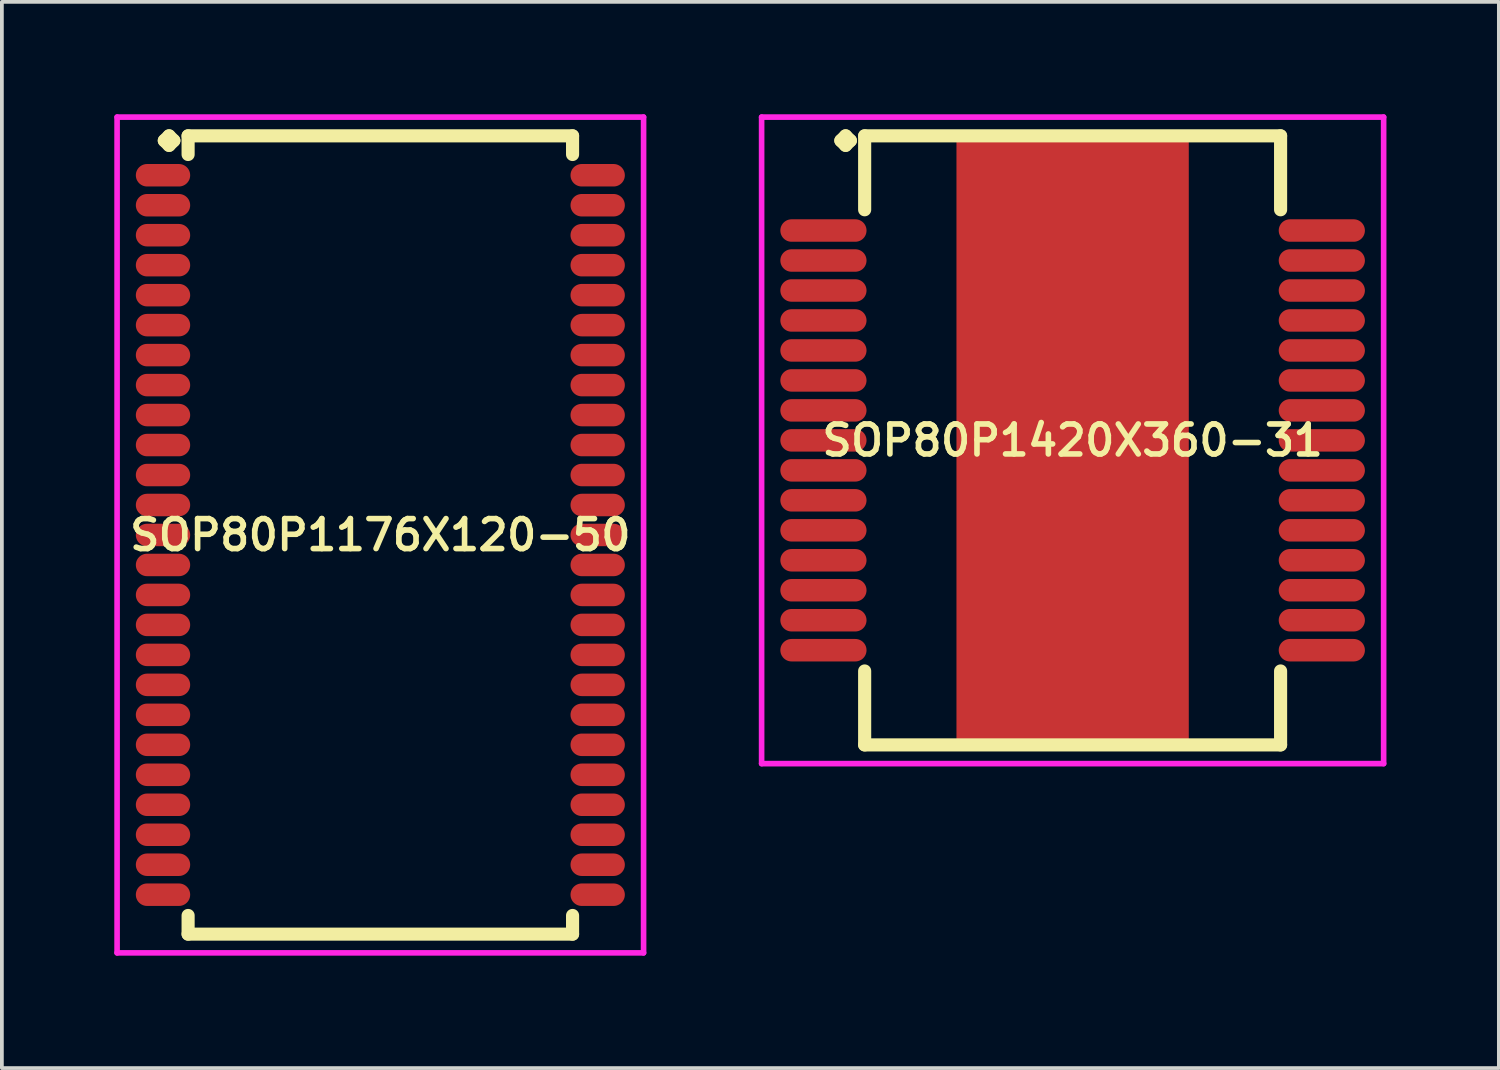
<source format=kicad_pcb>
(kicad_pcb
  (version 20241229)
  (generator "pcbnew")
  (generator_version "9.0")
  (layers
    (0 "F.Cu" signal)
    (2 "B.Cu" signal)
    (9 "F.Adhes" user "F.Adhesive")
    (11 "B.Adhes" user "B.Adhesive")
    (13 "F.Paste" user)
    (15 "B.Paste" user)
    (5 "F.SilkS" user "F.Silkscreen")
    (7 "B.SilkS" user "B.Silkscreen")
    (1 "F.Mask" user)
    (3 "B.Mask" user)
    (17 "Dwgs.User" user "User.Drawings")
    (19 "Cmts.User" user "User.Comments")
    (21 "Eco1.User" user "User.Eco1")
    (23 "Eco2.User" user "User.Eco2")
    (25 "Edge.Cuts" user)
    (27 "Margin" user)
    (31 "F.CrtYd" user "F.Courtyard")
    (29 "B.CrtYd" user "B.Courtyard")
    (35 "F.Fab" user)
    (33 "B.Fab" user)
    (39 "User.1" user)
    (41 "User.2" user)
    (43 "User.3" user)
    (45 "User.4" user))
  (footprint "SOP80P1176X120-50"
    (layer "F.Cu")
    (at 7.1 11.227)
    (property "Reference" "SOP80P1176X120-50" (at 0 0 0) (layer "F.SilkS") (effects (font (size 0.8 0.8) (thickness 0.15))))
    (attr smd)
    (fp_line (start -5.765 -10.525) (end -5.638 -10.652) (stroke (width 0.35) (type solid)) (layer "F.SilkS"))
    (fp_line (start -5.638 -10.652) (end -5.511 -10.525) (stroke (width 0.35) (type solid)) (layer "F.SilkS"))
    (fp_line (start -5.638 -10.398) (end -5.765 -10.525) (stroke (width 0.35) (type solid)) (layer "F.SilkS"))
    (fp_line (start -5.511 -10.525) (end -5.638 -10.398) (stroke (width 0.35) (type solid)) (layer "F.SilkS"))
    (fp_line (start -5.13 -10.652) (end 5.13 -10.652) (stroke (width 0.35) (type solid)) (layer "F.SilkS"))
    (fp_line (start -5.13 -10.154) (end -5.13 -10.652) (stroke (width 0.35) (type solid)) (layer "F.SilkS"))
    (fp_line (start -5.13 10.154) (end -5.13 10.652) (stroke (width 0.35) (type solid)) (layer "F.SilkS"))
    (fp_line (start -5.13 10.652) (end 5.13 10.652) (stroke (width 0.35) (type solid)) (layer "F.SilkS"))
    (fp_line (start 5.13 -10.652) (end 5.13 -10.154) (stroke (width 0.35) (type solid)) (layer "F.SilkS"))
    (fp_line (start 5.13 10.652) (end 5.13 10.154) (stroke (width 0.35) (type solid)) (layer "F.SilkS"))
    (fp_line (start -7.025 -11.152) (end 7.025 -11.152) (stroke (width 0.15) (type solid)) (layer "F.CrtYd"))
    (fp_line (start -7.025 11.152) (end -7.025 -11.152) (stroke (width 0.15) (type solid)) (layer "F.CrtYd"))
    (fp_line (start 7.025 -11.152) (end 7.025 11.152) (stroke (width 0.15) (type solid)) (layer "F.CrtYd"))
    (fp_line (start 7.025 11.152) (end -7.025 11.152) (stroke (width 0.15) (type solid)) (layer "F.CrtYd"))
    (pad "1" smd oval (at -5.8 -9.6) (size 1.45 0.6) (layers "F.Cu" "F.Mask" "F.Paste"))
    (pad "2" smd oval (at -5.8 -8.8) (size 1.45 0.6) (layers "F.Cu" "F.Mask" "F.Paste"))
    (pad "3" smd oval (at -5.8 -8) (size 1.45 0.6) (layers "F.Cu" "F.Mask" "F.Paste"))
    (pad "4" smd oval (at -5.8 -7.2) (size 1.45 0.6) (layers "F.Cu" "F.Mask" "F.Paste"))
    (pad "5" smd oval (at -5.8 -6.4) (size 1.45 0.6) (layers "F.Cu" "F.Mask" "F.Paste"))
    (pad "6" smd oval (at -5.8 -5.6) (size 1.45 0.6) (layers "F.Cu" "F.Mask" "F.Paste"))
    (pad "7" smd oval (at -5.8 -4.8) (size 1.45 0.6) (layers "F.Cu" "F.Mask" "F.Paste"))
    (pad "8" smd oval (at -5.8 -4) (size 1.45 0.6) (layers "F.Cu" "F.Mask" "F.Paste"))
    (pad "9" smd oval (at -5.8 -3.2) (size 1.45 0.6) (layers "F.Cu" "F.Mask" "F.Paste"))
    (pad "10" smd oval (at -5.8 -2.4) (size 1.45 0.6) (layers "F.Cu" "F.Mask" "F.Paste"))
    (pad "11" smd oval (at -5.8 -1.6) (size 1.45 0.6) (layers "F.Cu" "F.Mask" "F.Paste"))
    (pad "12" smd oval (at -5.8 -0.8) (size 1.45 0.6) (layers "F.Cu" "F.Mask" "F.Paste"))
    (pad "13" smd oval (at -5.8 0) (size 1.45 0.6) (layers "F.Cu" "F.Mask" "F.Paste"))
    (pad "14" smd oval (at -5.8 0.8) (size 1.45 0.6) (layers "F.Cu" "F.Mask" "F.Paste"))
    (pad "15" smd oval (at -5.8 1.6) (size 1.45 0.6) (layers "F.Cu" "F.Mask" "F.Paste"))
    (pad "16" smd oval (at -5.8 2.4) (size 1.45 0.6) (layers "F.Cu" "F.Mask" "F.Paste"))
    (pad "17" smd oval (at -5.8 3.2) (size 1.45 0.6) (layers "F.Cu" "F.Mask" "F.Paste"))
    (pad "18" smd oval (at -5.8 4) (size 1.45 0.6) (layers "F.Cu" "F.Mask" "F.Paste"))
    (pad "19" smd oval (at -5.8 4.8) (size 1.45 0.6) (layers "F.Cu" "F.Mask" "F.Paste"))
    (pad "20" smd oval (at -5.8 5.6) (size 1.45 0.6) (layers "F.Cu" "F.Mask" "F.Paste"))
    (pad "21" smd oval (at -5.8 6.4) (size 1.45 0.6) (layers "F.Cu" "F.Mask" "F.Paste"))
    (pad "22" smd oval (at -5.8 7.2) (size 1.45 0.6) (layers "F.Cu" "F.Mask" "F.Paste"))
    (pad "23" smd oval (at -5.8 8) (size 1.45 0.6) (layers "F.Cu" "F.Mask" "F.Paste"))
    (pad "24" smd oval (at -5.8 8.8) (size 1.45 0.6) (layers "F.Cu" "F.Mask" "F.Paste"))
    (pad "25" smd oval (at -5.8 9.6) (size 1.45 0.6) (layers "F.Cu" "F.Mask" "F.Paste"))
    (pad "26" smd oval (at 5.8 9.6) (size 1.45 0.6) (layers "F.Cu" "F.Mask" "F.Paste"))
    (pad "27" smd oval (at 5.8 8.8) (size 1.45 0.6) (layers "F.Cu" "F.Mask" "F.Paste"))
    (pad "28" smd oval (at 5.8 8) (size 1.45 0.6) (layers "F.Cu" "F.Mask" "F.Paste"))
    (pad "29" smd oval (at 5.8 7.2) (size 1.45 0.6) (layers "F.Cu" "F.Mask" "F.Paste"))
    (pad "30" smd oval (at 5.8 6.4) (size 1.45 0.6) (layers "F.Cu" "F.Mask" "F.Paste"))
    (pad "31" smd oval (at 5.8 5.6) (size 1.45 0.6) (layers "F.Cu" "F.Mask" "F.Paste"))
    (pad "32" smd oval (at 5.8 4.8) (size 1.45 0.6) (layers "F.Cu" "F.Mask" "F.Paste"))
    (pad "33" smd oval (at 5.8 4) (size 1.45 0.6) (layers "F.Cu" "F.Mask" "F.Paste"))
    (pad "34" smd oval (at 5.8 3.2) (size 1.45 0.6) (layers "F.Cu" "F.Mask" "F.Paste"))
    (pad "35" smd oval (at 5.8 2.4) (size 1.45 0.6) (layers "F.Cu" "F.Mask" "F.Paste"))
    (pad "36" smd oval (at 5.8 1.6) (size 1.45 0.6) (layers "F.Cu" "F.Mask" "F.Paste"))
    (pad "37" smd oval (at 5.8 0.8) (size 1.45 0.6) (layers "F.Cu" "F.Mask" "F.Paste"))
    (pad "38" smd oval (at 5.8 0) (size 1.45 0.6) (layers "F.Cu" "F.Mask" "F.Paste"))
    (pad "39" smd oval (at 5.8 -0.8) (size 1.45 0.6) (layers "F.Cu" "F.Mask" "F.Paste"))
    (pad "40" smd oval (at 5.8 -1.6) (size 1.45 0.6) (layers "F.Cu" "F.Mask" "F.Paste"))
    (pad "41" smd oval (at 5.8 -2.4) (size 1.45 0.6) (layers "F.Cu" "F.Mask" "F.Paste"))
    (pad "42" smd oval (at 5.8 -3.2) (size 1.45 0.6) (layers "F.Cu" "F.Mask" "F.Paste"))
    (pad "43" smd oval (at 5.8 -4) (size 1.45 0.6) (layers "F.Cu" "F.Mask" "F.Paste"))
    (pad "44" smd oval (at 5.8 -4.8) (size 1.45 0.6) (layers "F.Cu" "F.Mask" "F.Paste"))
    (pad "45" smd oval (at 5.8 -5.6) (size 1.45 0.6) (layers "F.Cu" "F.Mask" "F.Paste"))
    (pad "46" smd oval (at 5.8 -6.4) (size 1.45 0.6) (layers "F.Cu" "F.Mask" "F.Paste"))
    (pad "47" smd oval (at 5.8 -7.2) (size 1.45 0.6) (layers "F.Cu" "F.Mask" "F.Paste"))
    (pad "48" smd oval (at 5.8 -8) (size 1.45 0.6) (layers "F.Cu" "F.Mask" "F.Paste"))
    (pad "49" smd oval (at 5.8 -8.8) (size 1.45 0.6) (layers "F.Cu" "F.Mask" "F.Paste"))
    (pad "50" smd oval (at 5.8 -9.6) (size 1.45 0.6) (layers "F.Cu" "F.Mask" "F.Paste")))
  (footprint "SOP80P1420X360-31"
    (layer "F.Cu")
    (at 25.575 8.702)
    (property "Reference" "SOP80P1420X360-31" (at 0 0 0) (layer "F.SilkS") (effects (font (size 0.8 0.8) (thickness 0.15))))
    (attr smd)
    (fp_line (start -6.185 -8) (end -6.058 -8.127) (stroke (width 0.35) (type solid)) (layer "F.SilkS"))
    (fp_line (start -6.058 -8.127) (end -5.931 -8) (stroke (width 0.35) (type solid)) (layer "F.SilkS"))
    (fp_line (start -6.058 -7.873) (end -6.185 -8) (stroke (width 0.35) (type solid)) (layer "F.SilkS"))
    (fp_line (start -5.931 -8) (end -6.058 -7.873) (stroke (width 0.35) (type solid)) (layer "F.SilkS"))
    (fp_line (start -5.55 -8.127) (end 5.55 -8.127) (stroke (width 0.35) (type solid)) (layer "F.SilkS"))
    (fp_line (start -5.55 -6.154) (end -5.55 -8.127) (stroke (width 0.35) (type solid)) (layer "F.SilkS"))
    (fp_line (start -5.55 6.154) (end -5.55 8.127) (stroke (width 0.35) (type solid)) (layer "F.SilkS"))
    (fp_line (start -5.55 8.127) (end 5.55 8.127) (stroke (width 0.35) (type solid)) (layer "F.SilkS"))
    (fp_line (start 5.55 -8.127) (end 5.55 -6.154) (stroke (width 0.35) (type solid)) (layer "F.SilkS"))
    (fp_line (start 5.55 8.127) (end 5.55 6.154) (stroke (width 0.35) (type solid)) (layer "F.SilkS"))
    (fp_line (start -8.3 -8.627) (end 8.3 -8.627) (stroke (width 0.15) (type solid)) (layer "F.CrtYd"))
    (fp_line (start -8.3 8.627) (end -8.3 -8.627) (stroke (width 0.15) (type solid)) (layer "F.CrtYd"))
    (fp_line (start 8.3 -8.627) (end 8.3 8.627) (stroke (width 0.15) (type solid)) (layer "F.CrtYd"))
    (fp_line (start 8.3 8.627) (end -8.3 8.627) (stroke (width 0.15) (type solid)) (layer "F.CrtYd"))
    (pad "1" smd oval (at -6.65 -5.6) (size 2.3 0.6) (layers "F.Cu" "F.Mask" "F.Paste"))
    (pad "2" smd oval (at -6.65 -4.8) (size 2.3 0.6) (layers "F.Cu" "F.Mask" "F.Paste"))
    (pad "3" smd oval (at -6.65 -4) (size 2.3 0.6) (layers "F.Cu" "F.Mask" "F.Paste"))
    (pad "4" smd oval (at -6.65 -3.2) (size 2.3 0.6) (layers "F.Cu" "F.Mask" "F.Paste"))
    (pad "5" smd oval (at -6.65 -2.4) (size 2.3 0.6) (layers "F.Cu" "F.Mask" "F.Paste"))
    (pad "6" smd oval (at -6.65 -1.6) (size 2.3 0.6) (layers "F.Cu" "F.Mask" "F.Paste"))
    (pad "7" smd oval (at -6.65 -0.8) (size 2.3 0.6) (layers "F.Cu" "F.Mask" "F.Paste"))
    (pad "8" smd oval (at -6.65 0) (size 2.3 0.6) (layers "F.Cu" "F.Mask" "F.Paste"))
    (pad "9" smd oval (at -6.65 0.8) (size 2.3 0.6) (layers "F.Cu" "F.Mask" "F.Paste"))
    (pad "10" smd oval (at -6.65 1.6) (size 2.3 0.6) (layers "F.Cu" "F.Mask" "F.Paste"))
    (pad "11" smd oval (at -6.65 2.4) (size 2.3 0.6) (layers "F.Cu" "F.Mask" "F.Paste"))
    (pad "12" smd oval (at -6.65 3.2) (size 2.3 0.6) (layers "F.Cu" "F.Mask" "F.Paste"))
    (pad "13" smd oval (at -6.65 4) (size 2.3 0.6) (layers "F.Cu" "F.Mask" "F.Paste"))
    (pad "14" smd oval (at -6.65 4.8) (size 2.3 0.6) (layers "F.Cu" "F.Mask" "F.Paste"))
    (pad "15" smd oval (at -6.65 5.6) (size 2.3 0.6) (layers "F.Cu" "F.Mask" "F.Paste"))
    (pad "16" smd oval (at 6.65 5.6) (size 2.3 0.6) (layers "F.Cu" "F.Mask" "F.Paste"))
    (pad "17" smd oval (at 6.65 4.8) (size 2.3 0.6) (layers "F.Cu" "F.Mask" "F.Paste"))
    (pad "18" smd oval (at 6.65 4) (size 2.3 0.6) (layers "F.Cu" "F.Mask" "F.Paste"))
    (pad "19" smd oval (at 6.65 3.2) (size 2.3 0.6) (layers "F.Cu" "F.Mask" "F.Paste"))
    (pad "20" smd oval (at 6.65 2.4) (size 2.3 0.6) (layers "F.Cu" "F.Mask" "F.Paste"))
    (pad "21" smd oval (at 6.65 1.6) (size 2.3 0.6) (layers "F.Cu" "F.Mask" "F.Paste"))
    (pad "22" smd oval (at 6.65 0.8) (size 2.3 0.6) (layers "F.Cu" "F.Mask" "F.Paste"))
    (pad "23" smd oval (at 6.65 0) (size 2.3 0.6) (layers "F.Cu" "F.Mask" "F.Paste"))
    (pad "24" smd oval (at 6.65 -0.8) (size 2.3 0.6) (layers "F.Cu" "F.Mask" "F.Paste"))
    (pad "25" smd oval (at 6.65 -1.6) (size 2.3 0.6) (layers "F.Cu" "F.Mask" "F.Paste"))
    (pad "26" smd oval (at 6.65 -2.4) (size 2.3 0.6) (layers "F.Cu" "F.Mask" "F.Paste"))
    (pad "27" smd oval (at 6.65 -3.2) (size 2.3 0.6) (layers "F.Cu" "F.Mask" "F.Paste"))
    (pad "28" smd oval (at 6.65 -4) (size 2.3 0.6) (layers "F.Cu" "F.Mask" "F.Paste"))
    (pad "29" smd oval (at 6.65 -4.8) (size 2.3 0.6) (layers "F.Cu" "F.Mask" "F.Paste"))
    (pad "30" smd oval (at 6.65 -5.6) (size 2.3 0.6) (layers "F.Cu" "F.Mask" "F.Paste"))
    (pad "31" smd rect (at 0 0) (size 6.2 16) (layers "F.Cu" "F.Mask" "F.Paste")))
  (gr_rect
    (start -3 -3)
    (end 36.95 25.454)
    (stroke (width 0.1) (type default))
    (fill no)
    (layer "Edge.Cuts")))
</source>
